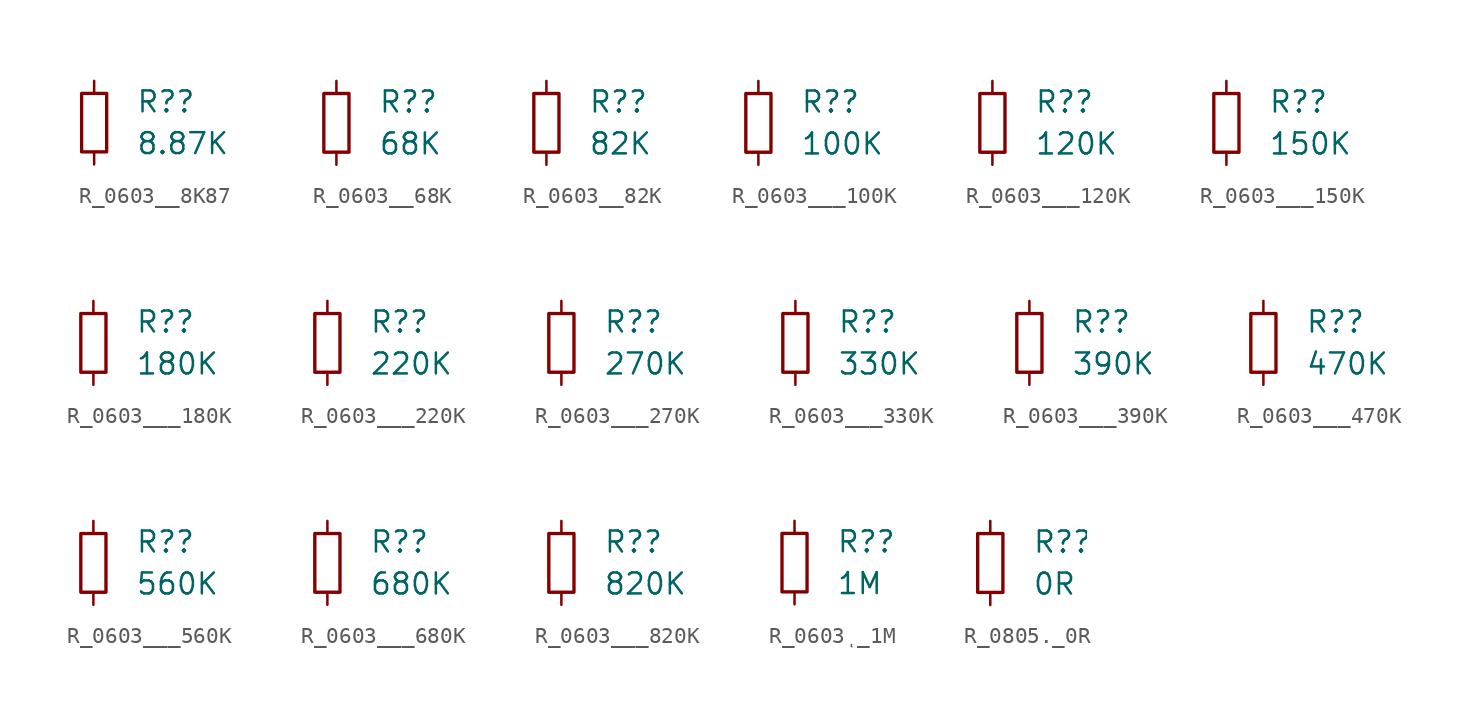
<source format=kicad_sym>
(kicad_symbol_lib
  (version 20231120)
  (generator "kicad_symbol_editor")
  (generator_version "8.0")
  (symbol "R_0603__8K87"
    (pin_numbers hide)
    (pin_names
      (offset 0.254) hide)
    (property "Reference" "R?"
      (at 2.54 1.27 0)
      (effects (font (size 1.27 1.27)) (justify left)))
    (property "Value" "8.87K"
      (at 2.54 -1.27 0)
      (effects (font (size 1.27 1.27)) (justify left)))
    (symbol "R_0603__8K87_0_1"
      (rectangle (start -0.762 1.778) (end 0.762 -1.778) (stroke (width 0.203) (type default)) (fill (type none))))
    (symbol "R_0603__8K87_1_1"
      (pin passive line (at 0 2.54 270) (length 0.762) (name "~" (effects (font (size 1.27 1.27)))) (number "1" (effects (font (size 1.27 1.27)))))
      (pin passive line (at 0 -2.54 90) (length 0.762) (name "~" (effects (font (size 1.27 1.27)))) (number "2" (effects (font (size 1.27 1.27)))))))
  (symbol "R_0603__68K"
    (pin_numbers hide)
    (pin_names
      (offset 0.254) hide)
    (property "Reference" "R?"
      (at 2.54 1.27 0)
      (effects (font (size 1.27 1.27)) (justify left)))
    (property "Value" "68K"
      (at 2.54 -1.27 0)
      (effects (font (size 1.27 1.27)) (justify left)))
    (symbol "R_0603__68K_0_1"
      (rectangle (start -0.762 1.778) (end 0.762 -1.778) (stroke (width 0.203) (type default)) (fill (type none))))
    (symbol "R_0603__68K_1_1"
      (pin passive line (at 0 2.54 270) (length 0.762) (name "~" (effects (font (size 1.27 1.27)))) (number "1" (effects (font (size 1.27 1.27)))))
      (pin passive line (at 0 -2.54 90) (length 0.762) (name "~" (effects (font (size 1.27 1.27)))) (number "2" (effects (font (size 1.27 1.27)))))))
  (symbol "R_0603__82K"
    (pin_numbers hide)
    (pin_names
      (offset 0.254) hide)
    (property "Reference" "R?"
      (at 2.54 1.27 0)
      (effects (font (size 1.27 1.27)) (justify left)))
    (property "Value" "82K"
      (at 2.54 -1.27 0)
      (effects (font (size 1.27 1.27)) (justify left)))
    (symbol "R_0603__82K_0_1"
      (rectangle (start -0.762 1.778) (end 0.762 -1.778) (stroke (width 0.203) (type default)) (fill (type none))))
    (symbol "R_0603__82K_1_1"
      (pin passive line (at 0 2.54 270) (length 0.762) (name "~" (effects (font (size 1.27 1.27)))) (number "1" (effects (font (size 1.27 1.27)))))
      (pin passive line (at 0 -2.54 90) (length 0.762) (name "~" (effects (font (size 1.27 1.27)))) (number "2" (effects (font (size 1.27 1.27)))))))
  (symbol "R_0603___100K"
    (pin_numbers hide)
    (pin_names
      (offset 0.254) hide)
    (property "Reference" "R?"
      (at 2.54 1.27 0)
      (effects (font (size 1.27 1.27)) (justify left)))
    (property "Value" "100K"
      (at 2.54 -1.27 0)
      (effects (font (size 1.27 1.27)) (justify left)))
    (symbol "R_0603___100K_0_1"
      (rectangle (start -0.762 1.778) (end 0.762 -1.778) (stroke (width 0.203) (type default)) (fill (type none))))
    (symbol "R_0603___100K_1_1"
      (pin passive line (at 0 2.54 270) (length 0.762) (name "~" (effects (font (size 1.27 1.27)))) (number "1" (effects (font (size 1.27 1.27)))))
      (pin passive line (at 0 -2.54 90) (length 0.762) (name "~" (effects (font (size 1.27 1.27)))) (number "2" (effects (font (size 1.27 1.27)))))))
  (symbol "R_0603___120K"
    (pin_numbers hide)
    (pin_names
      (offset 0.254) hide)
    (property "Reference" "R?"
      (at 2.54 1.27 0)
      (effects (font (size 1.27 1.27)) (justify left)))
    (property "Value" "120K"
      (at 2.54 -1.27 0)
      (effects (font (size 1.27 1.27)) (justify left)))
    (symbol "R_0603___120K_0_1"
      (rectangle (start -0.762 1.778) (end 0.762 -1.778) (stroke (width 0.203) (type default)) (fill (type none))))
    (symbol "R_0603___120K_1_1"
      (pin passive line (at 0 2.54 270) (length 0.762) (name "~" (effects (font (size 1.27 1.27)))) (number "1" (effects (font (size 1.27 1.27)))))
      (pin passive line (at 0 -2.54 90) (length 0.762) (name "~" (effects (font (size 1.27 1.27)))) (number "2" (effects (font (size 1.27 1.27)))))))
  (symbol "R_0603___150K"
    (pin_numbers hide)
    (pin_names
      (offset 0.254) hide)
    (property "Reference" "R?"
      (at 2.54 1.27 0)
      (effects (font (size 1.27 1.27)) (justify left)))
    (property "Value" "150K"
      (at 2.54 -1.27 0)
      (effects (font (size 1.27 1.27)) (justify left)))
    (symbol "R_0603___150K_0_1"
      (rectangle (start -0.762 1.778) (end 0.762 -1.778) (stroke (width 0.203) (type default)) (fill (type none))))
    (symbol "R_0603___150K_1_1"
      (pin passive line (at 0 2.54 270) (length 0.762) (name "~" (effects (font (size 1.27 1.27)))) (number "1" (effects (font (size 1.27 1.27)))))
      (pin passive line (at 0 -2.54 90) (length 0.762) (name "~" (effects (font (size 1.27 1.27)))) (number "2" (effects (font (size 1.27 1.27)))))))
  (symbol "R_0603___180K"
    (pin_numbers hide)
    (pin_names
      (offset 0.254) hide)
    (property "Reference" "R?"
      (at 2.54 1.27 0)
      (effects (font (size 1.27 1.27)) (justify left)))
    (property "Value" "180K"
      (at 2.54 -1.27 0)
      (effects (font (size 1.27 1.27)) (justify left)))
    (symbol "R_0603___180K_0_1"
      (rectangle (start -0.762 1.778) (end 0.762 -1.778) (stroke (width 0.203) (type default)) (fill (type none))))
    (symbol "R_0603___180K_1_1"
      (pin passive line (at 0 2.54 270) (length 0.762) (name "~" (effects (font (size 1.27 1.27)))) (number "1" (effects (font (size 1.27 1.27)))))
      (pin passive line (at 0 -2.54 90) (length 0.762) (name "~" (effects (font (size 1.27 1.27)))) (number "2" (effects (font (size 1.27 1.27)))))))
  (symbol "R_0603___220K"
    (pin_numbers hide)
    (pin_names
      (offset 0.254) hide)
    (property "Reference" "R?"
      (at 2.54 1.27 0)
      (effects (font (size 1.27 1.27)) (justify left)))
    (property "Value" "220K"
      (at 2.54 -1.27 0)
      (effects (font (size 1.27 1.27)) (justify left)))
    (symbol "R_0603___220K_0_1"
      (rectangle (start -0.762 1.778) (end 0.762 -1.778) (stroke (width 0.203) (type default)) (fill (type none))))
    (symbol "R_0603___220K_1_1"
      (pin passive line (at 0 2.54 270) (length 0.762) (name "~" (effects (font (size 1.27 1.27)))) (number "1" (effects (font (size 1.27 1.27)))))
      (pin passive line (at 0 -2.54 90) (length 0.762) (name "~" (effects (font (size 1.27 1.27)))) (number "2" (effects (font (size 1.27 1.27)))))))
  (symbol "R_0603___270K"
    (pin_numbers hide)
    (pin_names
      (offset 0.254) hide)
    (property "Reference" "R?"
      (at 2.54 1.27 0)
      (effects (font (size 1.27 1.27)) (justify left)))
    (property "Value" "270K"
      (at 2.54 -1.27 0)
      (effects (font (size 1.27 1.27)) (justify left)))
    (symbol "R_0603___270K_0_1"
      (rectangle (start -0.762 1.778) (end 0.762 -1.778) (stroke (width 0.203) (type default)) (fill (type none))))
    (symbol "R_0603___270K_1_1"
      (pin passive line (at 0 2.54 270) (length 0.762) (name "~" (effects (font (size 1.27 1.27)))) (number "1" (effects (font (size 1.27 1.27)))))
      (pin passive line (at 0 -2.54 90) (length 0.762) (name "~" (effects (font (size 1.27 1.27)))) (number "2" (effects (font (size 1.27 1.27)))))))
  (symbol "R_0603___330K"
    (pin_numbers hide)
    (pin_names
      (offset 0.254) hide)
    (property "Reference" "R?"
      (at 2.54 1.27 0)
      (effects (font (size 1.27 1.27)) (justify left)))
    (property "Value" "330K"
      (at 2.54 -1.27 0)
      (effects (font (size 1.27 1.27)) (justify left)))
    (symbol "R_0603___330K_0_1"
      (rectangle (start -0.762 1.778) (end 0.762 -1.778) (stroke (width 0.203) (type default)) (fill (type none))))
    (symbol "R_0603___330K_1_1"
      (pin passive line (at 0 2.54 270) (length 0.762) (name "~" (effects (font (size 1.27 1.27)))) (number "1" (effects (font (size 1.27 1.27)))))
      (pin passive line (at 0 -2.54 90) (length 0.762) (name "~" (effects (font (size 1.27 1.27)))) (number "2" (effects (font (size 1.27 1.27)))))))
  (symbol "R_0603___390K"
    (pin_numbers hide)
    (pin_names
      (offset 0.254) hide)
    (property "Reference" "R?"
      (at 2.54 1.27 0)
      (effects (font (size 1.27 1.27)) (justify left)))
    (property "Value" "390K"
      (at 2.54 -1.27 0)
      (effects (font (size 1.27 1.27)) (justify left)))
    (symbol "R_0603___390K_0_1"
      (rectangle (start -0.762 1.778) (end 0.762 -1.778) (stroke (width 0.203) (type default)) (fill (type none))))
    (symbol "R_0603___390K_1_1"
      (pin passive line (at 0 2.54 270) (length 0.762) (name "~" (effects (font (size 1.27 1.27)))) (number "1" (effects (font (size 1.27 1.27)))))
      (pin passive line (at 0 -2.54 90) (length 0.762) (name "~" (effects (font (size 1.27 1.27)))) (number "2" (effects (font (size 1.27 1.27)))))))
  (symbol "R_0603___470K"
    (pin_numbers hide)
    (pin_names
      (offset 0.254) hide)
    (property "Reference" "R?"
      (at 2.54 1.27 0)
      (effects (font (size 1.27 1.27)) (justify left)))
    (property "Value" "470K"
      (at 2.54 -1.27 0)
      (effects (font (size 1.27 1.27)) (justify left)))
    (symbol "R_0603___470K_0_1"
      (rectangle (start -0.762 1.778) (end 0.762 -1.778) (stroke (width 0.203) (type default)) (fill (type none))))
    (symbol "R_0603___470K_1_1"
      (pin passive line (at 0 2.54 270) (length 0.762) (name "~" (effects (font (size 1.27 1.27)))) (number "1" (effects (font (size 1.27 1.27)))))
      (pin passive line (at 0 -2.54 90) (length 0.762) (name "~" (effects (font (size 1.27 1.27)))) (number "2" (effects (font (size 1.27 1.27)))))))
  (symbol "R_0603___560K"
    (pin_numbers hide)
    (pin_names
      (offset 0.254) hide)
    (property "Reference" "R?"
      (at 2.54 1.27 0)
      (effects (font (size 1.27 1.27)) (justify left)))
    (property "Value" "560K"
      (at 2.54 -1.27 0)
      (effects (font (size 1.27 1.27)) (justify left)))
    (symbol "R_0603___560K_0_1"
      (rectangle (start -0.762 1.778) (end 0.762 -1.778) (stroke (width 0.203) (type default)) (fill (type none))))
    (symbol "R_0603___560K_1_1"
      (pin passive line (at 0 2.54 270) (length 0.762) (name "~" (effects (font (size 1.27 1.27)))) (number "1" (effects (font (size 1.27 1.27)))))
      (pin passive line (at 0 -2.54 90) (length 0.762) (name "~" (effects (font (size 1.27 1.27)))) (number "2" (effects (font (size 1.27 1.27)))))))
  (symbol "R_0603___680K"
    (pin_numbers hide)
    (pin_names
      (offset 0.254) hide)
    (property "Reference" "R?"
      (at 2.54 1.27 0)
      (effects (font (size 1.27 1.27)) (justify left)))
    (property "Value" "680K"
      (at 2.54 -1.27 0)
      (effects (font (size 1.27 1.27)) (justify left)))
    (symbol "R_0603___680K_0_1"
      (rectangle (start -0.762 1.778) (end 0.762 -1.778) (stroke (width 0.203) (type default)) (fill (type none))))
    (symbol "R_0603___680K_1_1"
      (pin passive line (at 0 2.54 270) (length 0.762) (name "~" (effects (font (size 1.27 1.27)))) (number "1" (effects (font (size 1.27 1.27)))))
      (pin passive line (at 0 -2.54 90) (length 0.762) (name "~" (effects (font (size 1.27 1.27)))) (number "2" (effects (font (size 1.27 1.27)))))))
  (symbol "R_0603___820K"
    (pin_numbers hide)
    (pin_names
      (offset 0.254) hide)
    (property "Reference" "R?"
      (at 2.54 1.27 0)
      (effects (font (size 1.27 1.27)) (justify left)))
    (property "Value" "820K"
      (at 2.54 -1.27 0)
      (effects (font (size 1.27 1.27)) (justify left)))
    (symbol "R_0603___820K_0_1"
      (rectangle (start -0.762 1.778) (end 0.762 -1.778) (stroke (width 0.203) (type default)) (fill (type none))))
    (symbol "R_0603___820K_1_1"
      (pin passive line (at 0 2.54 270) (length 0.762) (name "~" (effects (font (size 1.27 1.27)))) (number "1" (effects (font (size 1.27 1.27)))))
      (pin passive line (at 0 -2.54 90) (length 0.762) (name "~" (effects (font (size 1.27 1.27)))) (number "2" (effects (font (size 1.27 1.27)))))))
  (symbol "R_0603ͺ_1M"
    (pin_numbers hide)
    (pin_names
      (offset 0.254) hide)
    (property "Reference" "R?"
      (at 2.54 1.27 0)
      (effects (font (size 1.27 1.27)) (justify left)))
    (property "Value" "1M"
      (at 2.54 -1.27 0)
      (effects (font (size 1.27 1.27)) (justify left)))
    (symbol "R_0603ͺ_1M_0_1"
      (rectangle (start -0.762 1.778) (end 0.762 -1.778) (stroke (width 0.203) (type default)) (fill (type none))))
    (symbol "R_0603ͺ_1M_1_1"
      (pin passive line (at 0 2.54 270) (length 0.762) (name "~" (effects (font (size 1.27 1.27)))) (number "1" (effects (font (size 1.27 1.27)))))
      (pin passive line (at 0 -2.54 90) (length 0.762) (name "~" (effects (font (size 1.27 1.27)))) (number "2" (effects (font (size 1.27 1.27)))))))
  (symbol "R_0805._0R"
    (pin_numbers hide)
    (pin_names
      (offset 0.254) hide)
    (property "Reference" "R?"
      (at 2.54 1.27 0)
      (effects (font (size 1.27 1.27)) (justify left)))
    (property "Value" "0R"
      (at 2.54 -1.27 0)
      (effects (font (size 1.27 1.27)) (justify left)))
    (symbol "R_0805._0R_0_1"
      (rectangle (start -0.762 1.778) (end 0.762 -1.778) (stroke (width 0.203) (type default)) (fill (type none))))
    (symbol "R_0805._0R_1_1"
      (pin passive line (at 0 2.54 270) (length 0.762) (name "~" (effects (font (size 1.27 1.27)))) (number "1" (effects (font (size 1.27 1.27)))))
      (pin passive line (at 0 -2.54 90) (length 0.762) (name "~" (effects (font (size 1.27 1.27)))) (number "2" (effects (font (size 1.27 1.27))))))))
</source>
